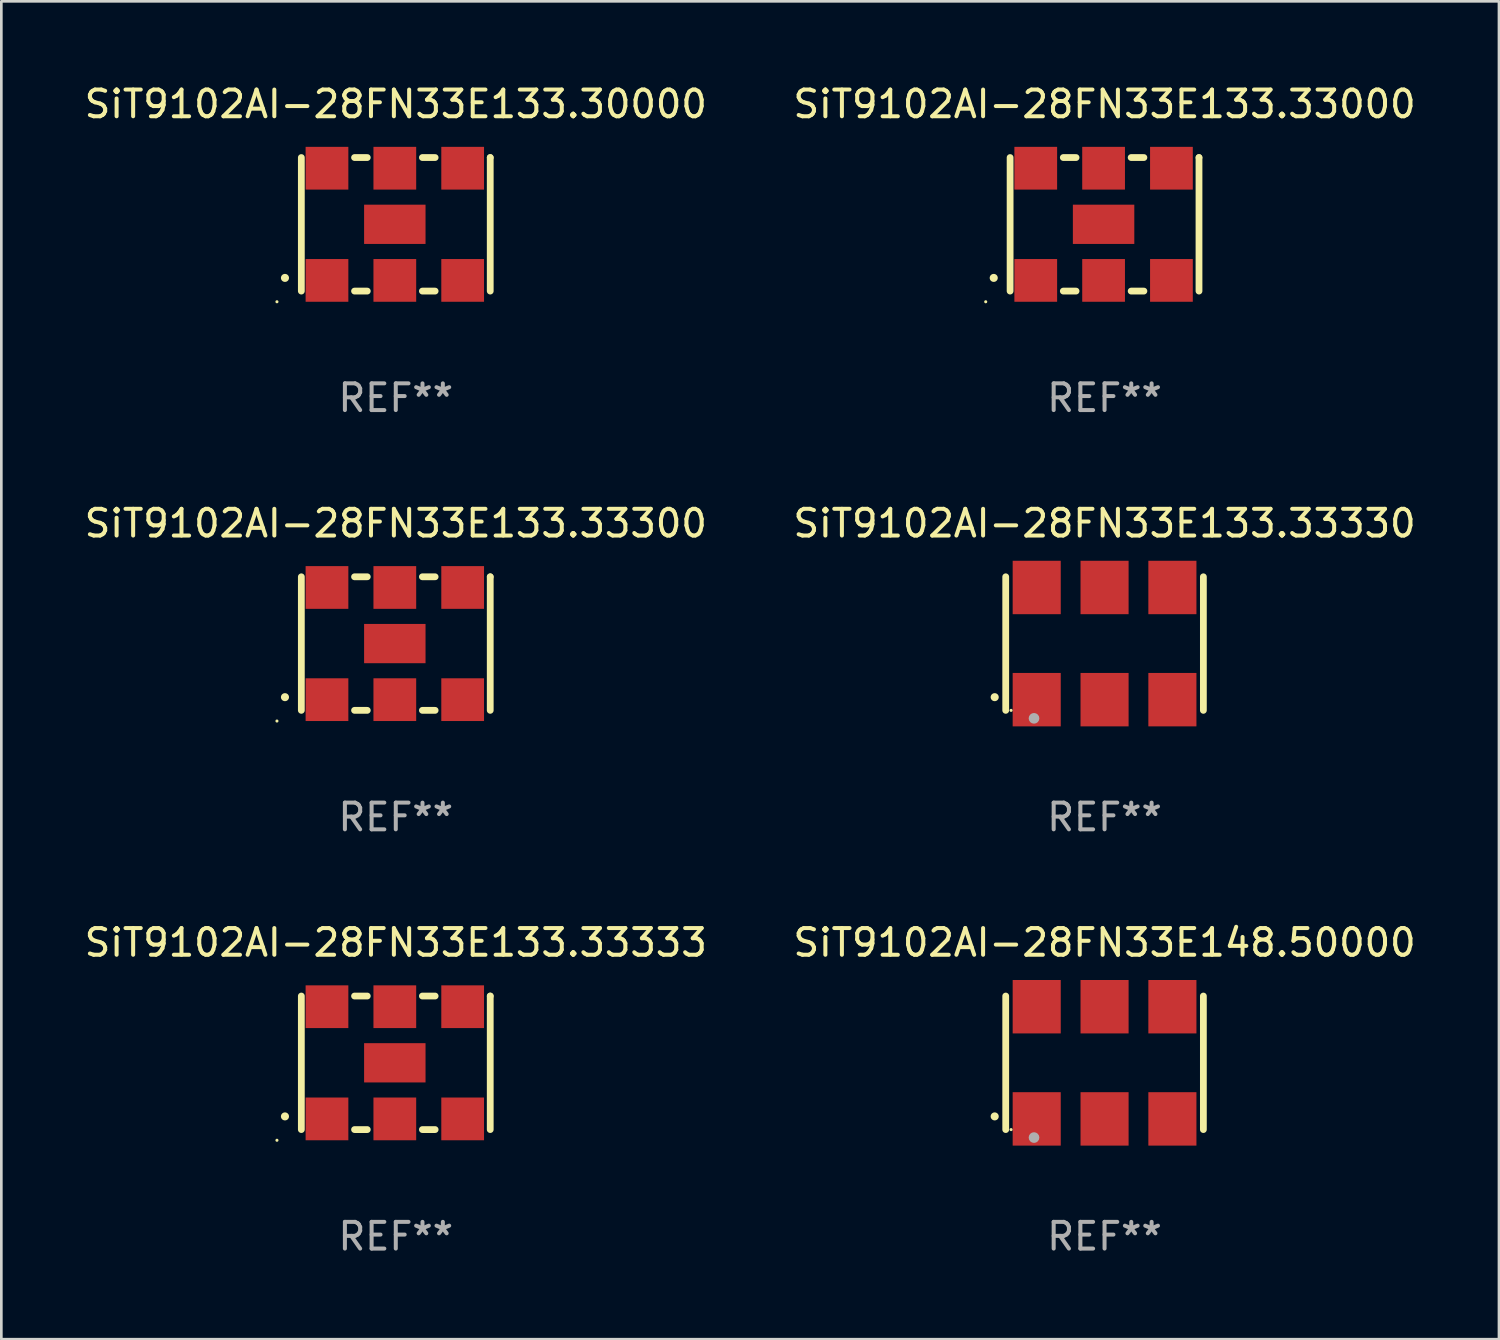
<source format=kicad_pcb>
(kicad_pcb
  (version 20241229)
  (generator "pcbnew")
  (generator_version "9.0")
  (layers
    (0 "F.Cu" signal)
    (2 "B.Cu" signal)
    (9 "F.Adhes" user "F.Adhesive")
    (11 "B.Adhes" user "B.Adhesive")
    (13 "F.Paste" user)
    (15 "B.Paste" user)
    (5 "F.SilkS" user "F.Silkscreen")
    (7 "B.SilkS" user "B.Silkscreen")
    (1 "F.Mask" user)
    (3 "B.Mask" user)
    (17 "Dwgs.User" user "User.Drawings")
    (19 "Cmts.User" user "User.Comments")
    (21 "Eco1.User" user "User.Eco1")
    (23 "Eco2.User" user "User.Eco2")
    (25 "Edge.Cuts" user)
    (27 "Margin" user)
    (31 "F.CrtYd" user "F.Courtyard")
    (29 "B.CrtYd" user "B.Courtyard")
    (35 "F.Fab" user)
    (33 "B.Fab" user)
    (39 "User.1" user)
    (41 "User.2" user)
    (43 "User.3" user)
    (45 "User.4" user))
  (footprint "SiT9102AI-28FN33E133.33333"
    (layer "F.Cu")
    (at 11.768 36.741)
    (property "Reference" "SiT9102AI-28FN33E133.33333" (at 0 -4.5 0) (layer "F.SilkS") (effects (font (size 1 1) (thickness 0.15))))
    (attr through_hole)
    (fp_line (start -3.536 -2.5) (end -3.536 2.5) (stroke (width 0.254) (type solid)) (layer "F.SilkS"))
    (fp_line (start -1.544 2.5) (end -1.067 2.5) (stroke (width 0.254) (type solid)) (layer "F.SilkS"))
    (fp_line (start -1.067 -2.5) (end -1.544 -2.5) (stroke (width 0.254) (type solid)) (layer "F.SilkS"))
    (fp_line (start 0.996 2.5) (end 1.473 2.5) (stroke (width 0.254) (type solid)) (layer "F.SilkS"))
    (fp_line (start 1.473 -2.5) (end 0.996 -2.5) (stroke (width 0.254) (type solid)) (layer "F.SilkS"))
    (fp_line (start 3.536 -2.5) (end 3.536 -2.5) (stroke (width 0.254) (type solid)) (layer "F.SilkS"))
    (fp_line (start 3.536 2.5) (end 3.536 -2.5) (stroke (width 0.254) (type solid)) (layer "F.SilkS"))
    (fp_arc (start -4.150432 2.006604) (mid -4.149162 2.006599) (end -4.147892 2.006604) (stroke (width 0.3) (type solid)) (layer "F.SilkS"))
    (fp_circle (center -4.449 2.9) (end -4.419 2.9) (stroke (width 0.06) (type solid)) (fill no) (layer "F.SilkS"))
    (fp_text user "REF**" (at 0 6.5 0) (layer "F.Fab") (effects (font (size 1 1) (thickness 0.15))))
    (pad "1" smd rect (at -2.576 2.1) (size 1.6 1.6) (layers "F.Cu" "F.Mask" "F.Paste"))
    (pad "2" smd rect (at -0.036 2.1) (size 1.6 1.6) (layers "F.Cu" "F.Mask" "F.Paste"))
    (pad "3" smd rect (at 2.504 2.1) (size 1.6 1.6) (layers "F.Cu" "F.Mask" "F.Paste"))
    (pad "4" smd rect (at 2.504 -2.1) (size 1.6 1.6) (layers "F.Cu" "F.Mask" "F.Paste"))
    (pad "5" smd rect (at -0.036 -2.1) (size 1.6 1.6) (layers "F.Cu" "F.Mask" "F.Paste"))
    (pad "6" smd rect (at -2.576 -2.1) (size 1.6 1.6) (layers "F.Cu" "F.Mask" "F.Paste"))
    (pad "7" smd rect (at -0.036 0) (size 2.3 1.47) (layers "F.Cu" "F.Mask" "F.Paste")))
  (footprint "SiT9102AI-28FN33E133.30000"
    (layer "F.Cu")
    (at 11.768 5.348)
    (property "Reference" "SiT9102AI-28FN33E133.30000" (at 0 -4.5 0) (layer "F.SilkS") (effects (font (size 1 1) (thickness 0.15))))
    (attr through_hole)
    (fp_line (start -3.536 -2.5) (end -3.536 2.5) (stroke (width 0.254) (type solid)) (layer "F.SilkS"))
    (fp_line (start -1.544 2.5) (end -1.067 2.5) (stroke (width 0.254) (type solid)) (layer "F.SilkS"))
    (fp_line (start -1.067 -2.5) (end -1.544 -2.5) (stroke (width 0.254) (type solid)) (layer "F.SilkS"))
    (fp_line (start 0.996 2.5) (end 1.473 2.5) (stroke (width 0.254) (type solid)) (layer "F.SilkS"))
    (fp_line (start 1.473 -2.5) (end 0.996 -2.5) (stroke (width 0.254) (type solid)) (layer "F.SilkS"))
    (fp_line (start 3.536 -2.5) (end 3.536 -2.5) (stroke (width 0.254) (type solid)) (layer "F.SilkS"))
    (fp_line (start 3.536 2.5) (end 3.536 -2.5) (stroke (width 0.254) (type solid)) (layer "F.SilkS"))
    (fp_arc (start -4.150432 2.006604) (mid -4.149162 2.006599) (end -4.147892 2.006604) (stroke (width 0.3) (type solid)) (layer "F.SilkS"))
    (fp_circle (center -4.449 2.9) (end -4.419 2.9) (stroke (width 0.06) (type solid)) (fill no) (layer "F.SilkS"))
    (fp_text user "REF**" (at 0 6.5 0) (layer "F.Fab") (effects (font (size 1 1) (thickness 0.15))))
    (pad "1" smd rect (at -2.576 2.1) (size 1.6 1.6) (layers "F.Cu" "F.Mask" "F.Paste"))
    (pad "2" smd rect (at -0.036 2.1) (size 1.6 1.6) (layers "F.Cu" "F.Mask" "F.Paste"))
    (pad "3" smd rect (at 2.504 2.1) (size 1.6 1.6) (layers "F.Cu" "F.Mask" "F.Paste"))
    (pad "4" smd rect (at 2.504 -2.1) (size 1.6 1.6) (layers "F.Cu" "F.Mask" "F.Paste"))
    (pad "5" smd rect (at -0.036 -2.1) (size 1.6 1.6) (layers "F.Cu" "F.Mask" "F.Paste"))
    (pad "6" smd rect (at -2.576 -2.1) (size 1.6 1.6) (layers "F.Cu" "F.Mask" "F.Paste"))
    (pad "7" smd rect (at -0.036 0) (size 2.3 1.47) (layers "F.Cu" "F.Mask" "F.Paste")))
  (footprint "SiT9102AI-28FN33E148.50000"
    (layer "F.Cu")
    (at 38.304 36.741)
    (property "Reference" "SiT9102AI-28FN33E148.50000" (at 0 -4.5 0) (layer "F.SilkS") (effects (font (size 1 1) (thickness 0.15))))
    (attr through_hole)
    (fp_line (start -3.7 -2.5) (end -3.7 2.5) (stroke (width 0.254) (type solid)) (layer "F.SilkS"))
    (fp_line (start 3.7 -2.5) (end 3.7 2.5) (stroke (width 0.254) (type solid)) (layer "F.SilkS"))
    (fp_arc (start -4.114415 2.006604) (mid -4.113145 2.006599) (end -4.111875 2.006604) (stroke (width 0.3) (type solid)) (layer "F.SilkS"))
    (fp_circle (center -3.5 2.501) (end -3.47 2.501) (stroke (width 0.06) (type solid)) (fill no) (layer "F.SilkS"))
    (fp_circle (center -2.641 2.799) (end -2.541 2.799) (stroke (width 0.2) (type solid)) (fill no) (layer "F.Fab"))
    (fp_text user "REF**" (at 0 6.5 0) (layer "F.Fab") (effects (font (size 1 1) (thickness 0.15))))
    (pad "1" smd rect (at -2.54 2.1) (size 1.8 2) (layers "F.Cu" "F.Mask" "F.Paste"))
    (pad "2" smd rect (at 0.000394 2.1) (size 1.8 2) (layers "F.Cu" "F.Mask" "F.Paste"))
    (pad "3" smd rect (at 2.54 2.1) (size 1.8 2) (layers "F.Cu" "F.Mask" "F.Paste"))
    (pad "4" smd rect (at 2.54 -2.1) (size 1.8 2) (layers "F.Cu" "F.Mask" "F.Paste"))
    (pad "5" smd rect (at 0.000394 -2.1) (size 1.8 2) (layers "F.Cu" "F.Mask" "F.Paste"))
    (pad "6" smd rect (at -2.54 -2.1) (size 1.8 2) (layers "F.Cu" "F.Mask" "F.Paste")))
  (footprint "SiT9102AI-28FN33E133.33000"
    (layer "F.Cu")
    (at 38.304 5.348)
    (property "Reference" "SiT9102AI-28FN33E133.33000" (at 0 -4.5 0) (layer "F.SilkS") (effects (font (size 1 1) (thickness 0.15))))
    (attr through_hole)
    (fp_line (start -3.536 -2.5) (end -3.536 2.5) (stroke (width 0.254) (type solid)) (layer "F.SilkS"))
    (fp_line (start -1.544 2.5) (end -1.067 2.5) (stroke (width 0.254) (type solid)) (layer "F.SilkS"))
    (fp_line (start -1.067 -2.5) (end -1.544 -2.5) (stroke (width 0.254) (type solid)) (layer "F.SilkS"))
    (fp_line (start 0.996 2.5) (end 1.473 2.5) (stroke (width 0.254) (type solid)) (layer "F.SilkS"))
    (fp_line (start 1.473 -2.5) (end 0.996 -2.5) (stroke (width 0.254) (type solid)) (layer "F.SilkS"))
    (fp_line (start 3.536 -2.5) (end 3.536 -2.5) (stroke (width 0.254) (type solid)) (layer "F.SilkS"))
    (fp_line (start 3.536 2.5) (end 3.536 -2.5) (stroke (width 0.254) (type solid)) (layer "F.SilkS"))
    (fp_arc (start -4.150432 2.006604) (mid -4.149162 2.006599) (end -4.147892 2.006604) (stroke (width 0.3) (type solid)) (layer "F.SilkS"))
    (fp_circle (center -4.449 2.9) (end -4.419 2.9) (stroke (width 0.06) (type solid)) (fill no) (layer "F.SilkS"))
    (fp_text user "REF**" (at 0 6.5 0) (layer "F.Fab") (effects (font (size 1 1) (thickness 0.15))))
    (pad "1" smd rect (at -2.576 2.1) (size 1.6 1.6) (layers "F.Cu" "F.Mask" "F.Paste"))
    (pad "2" smd rect (at -0.036 2.1) (size 1.6 1.6) (layers "F.Cu" "F.Mask" "F.Paste"))
    (pad "3" smd rect (at 2.504 2.1) (size 1.6 1.6) (layers "F.Cu" "F.Mask" "F.Paste"))
    (pad "4" smd rect (at 2.504 -2.1) (size 1.6 1.6) (layers "F.Cu" "F.Mask" "F.Paste"))
    (pad "5" smd rect (at -0.036 -2.1) (size 1.6 1.6) (layers "F.Cu" "F.Mask" "F.Paste"))
    (pad "6" smd rect (at -2.576 -2.1) (size 1.6 1.6) (layers "F.Cu" "F.Mask" "F.Paste"))
    (pad "7" smd rect (at -0.036 0) (size 2.3 1.47) (layers "F.Cu" "F.Mask" "F.Paste")))
  (footprint "SiT9102AI-28FN33E133.33330"
    (layer "F.Cu")
    (at 38.304 21.045)
    (property "Reference" "SiT9102AI-28FN33E133.33330" (at 0 -4.5 0) (layer "F.SilkS") (effects (font (size 1 1) (thickness 0.15))))
    (attr through_hole)
    (fp_line (start -3.7 -2.5) (end -3.7 2.5) (stroke (width 0.254) (type solid)) (layer "F.SilkS"))
    (fp_line (start 3.7 -2.5) (end 3.7 2.5) (stroke (width 0.254) (type solid)) (layer "F.SilkS"))
    (fp_arc (start -4.114415 2.006604) (mid -4.113145 2.006599) (end -4.111875 2.006604) (stroke (width 0.3) (type solid)) (layer "F.SilkS"))
    (fp_circle (center -3.5 2.501) (end -3.47 2.501) (stroke (width 0.06) (type solid)) (fill no) (layer "F.SilkS"))
    (fp_circle (center -2.641 2.799) (end -2.541 2.799) (stroke (width 0.2) (type solid)) (fill no) (layer "F.Fab"))
    (fp_text user "REF**" (at 0 6.5 0) (layer "F.Fab") (effects (font (size 1 1) (thickness 0.15))))
    (pad "1" smd rect (at -2.54 2.1) (size 1.8 2) (layers "F.Cu" "F.Mask" "F.Paste"))
    (pad "2" smd rect (at 0.000394 2.1) (size 1.8 2) (layers "F.Cu" "F.Mask" "F.Paste"))
    (pad "3" smd rect (at 2.54 2.1) (size 1.8 2) (layers "F.Cu" "F.Mask" "F.Paste"))
    (pad "4" smd rect (at 2.54 -2.1) (size 1.8 2) (layers "F.Cu" "F.Mask" "F.Paste"))
    (pad "5" smd rect (at 0.000394 -2.1) (size 1.8 2) (layers "F.Cu" "F.Mask" "F.Paste"))
    (pad "6" smd rect (at -2.54 -2.1) (size 1.8 2) (layers "F.Cu" "F.Mask" "F.Paste")))
  (footprint "SiT9102AI-28FN33E133.33300"
    (layer "F.Cu")
    (at 11.768 21.045)
    (property "Reference" "SiT9102AI-28FN33E133.33300" (at 0 -4.5 0) (layer "F.SilkS") (effects (font (size 1 1) (thickness 0.15))))
    (attr through_hole)
    (fp_line (start -3.536 -2.5) (end -3.536 2.5) (stroke (width 0.254) (type solid)) (layer "F.SilkS"))
    (fp_line (start -1.544 2.5) (end -1.067 2.5) (stroke (width 0.254) (type solid)) (layer "F.SilkS"))
    (fp_line (start -1.067 -2.5) (end -1.544 -2.5) (stroke (width 0.254) (type solid)) (layer "F.SilkS"))
    (fp_line (start 0.996 2.5) (end 1.473 2.5) (stroke (width 0.254) (type solid)) (layer "F.SilkS"))
    (fp_line (start 1.473 -2.5) (end 0.996 -2.5) (stroke (width 0.254) (type solid)) (layer "F.SilkS"))
    (fp_line (start 3.536 -2.5) (end 3.536 -2.5) (stroke (width 0.254) (type solid)) (layer "F.SilkS"))
    (fp_line (start 3.536 2.5) (end 3.536 -2.5) (stroke (width 0.254) (type solid)) (layer "F.SilkS"))
    (fp_arc (start -4.150432 2.006604) (mid -4.149162 2.006599) (end -4.147892 2.006604) (stroke (width 0.3) (type solid)) (layer "F.SilkS"))
    (fp_circle (center -4.449 2.9) (end -4.419 2.9) (stroke (width 0.06) (type solid)) (fill no) (layer "F.SilkS"))
    (fp_text user "REF**" (at 0 6.5 0) (layer "F.Fab") (effects (font (size 1 1) (thickness 0.15))))
    (pad "1" smd rect (at -2.576 2.1) (size 1.6 1.6) (layers "F.Cu" "F.Mask" "F.Paste"))
    (pad "2" smd rect (at -0.036 2.1) (size 1.6 1.6) (layers "F.Cu" "F.Mask" "F.Paste"))
    (pad "3" smd rect (at 2.504 2.1) (size 1.6 1.6) (layers "F.Cu" "F.Mask" "F.Paste"))
    (pad "4" smd rect (at 2.504 -2.1) (size 1.6 1.6) (layers "F.Cu" "F.Mask" "F.Paste"))
    (pad "5" smd rect (at -0.036 -2.1) (size 1.6 1.6) (layers "F.Cu" "F.Mask" "F.Paste"))
    (pad "6" smd rect (at -2.576 -2.1) (size 1.6 1.6) (layers "F.Cu" "F.Mask" "F.Paste"))
    (pad "7" smd rect (at -0.036 0) (size 2.3 1.47) (layers "F.Cu" "F.Mask" "F.Paste")))
  (gr_rect
    (start -3 -3)
    (end 53.071 47.09)
    (stroke (width 0.1) (type default))
    (fill no)
    (layer "Edge.Cuts")))
</source>
